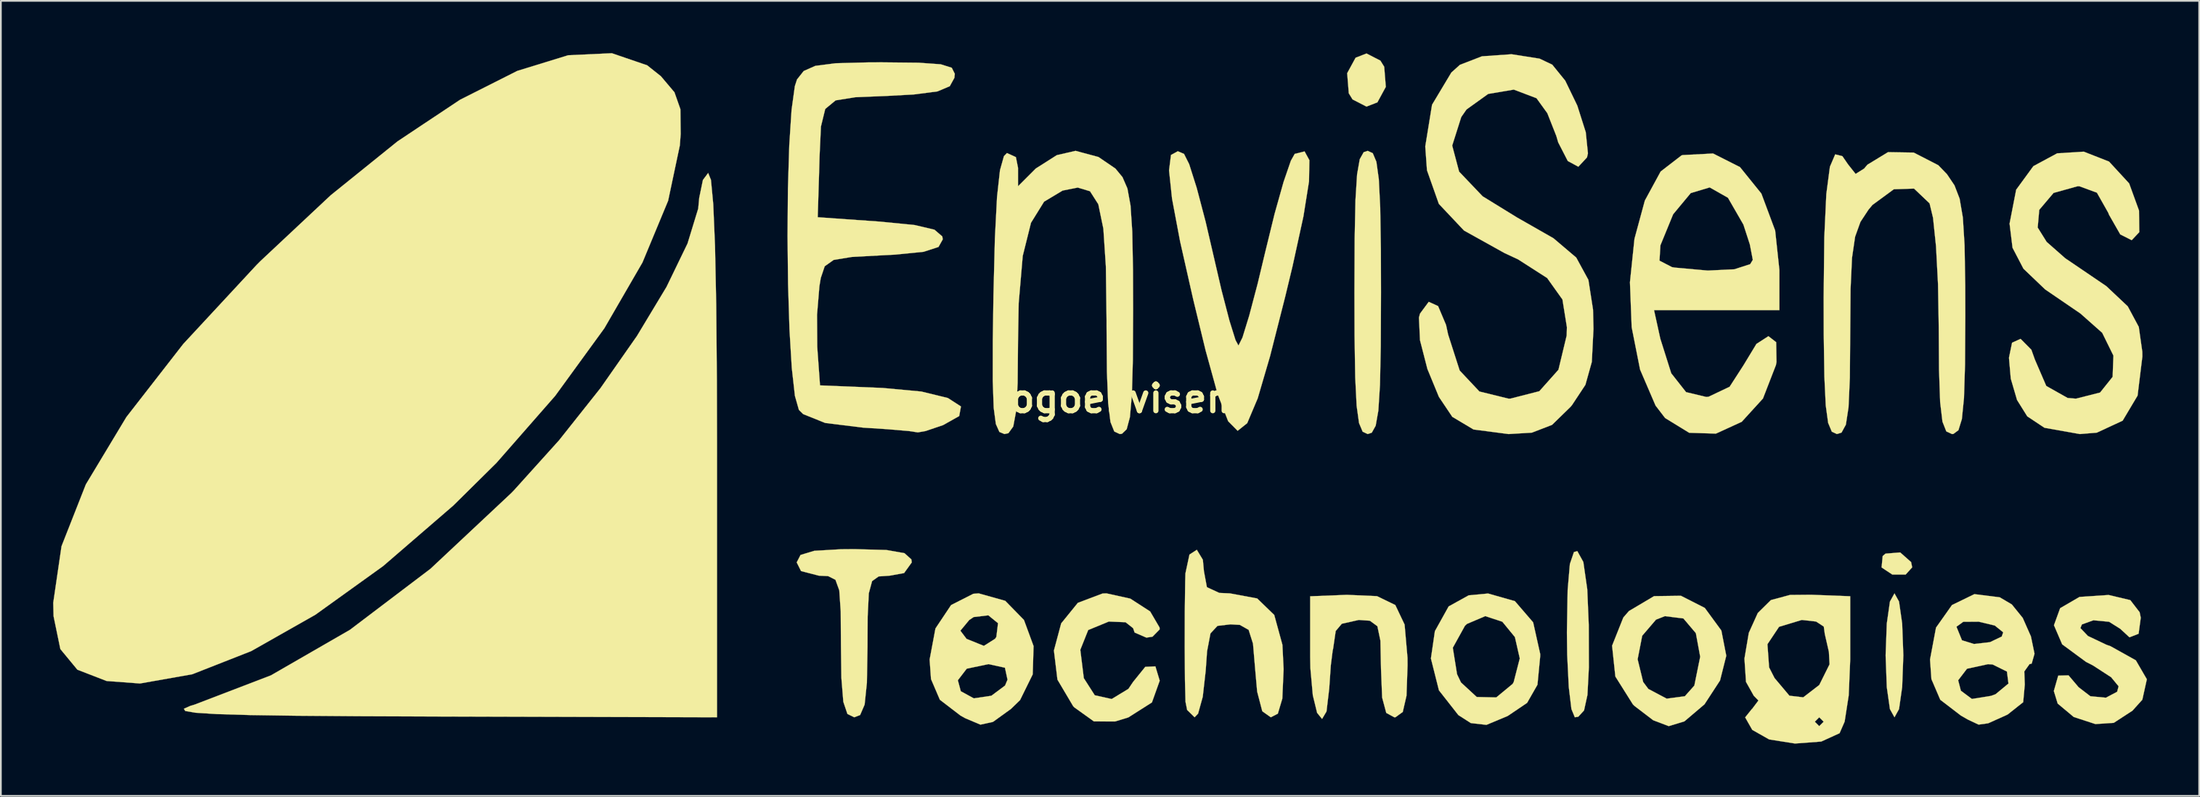
<source format=kicad_pcb>
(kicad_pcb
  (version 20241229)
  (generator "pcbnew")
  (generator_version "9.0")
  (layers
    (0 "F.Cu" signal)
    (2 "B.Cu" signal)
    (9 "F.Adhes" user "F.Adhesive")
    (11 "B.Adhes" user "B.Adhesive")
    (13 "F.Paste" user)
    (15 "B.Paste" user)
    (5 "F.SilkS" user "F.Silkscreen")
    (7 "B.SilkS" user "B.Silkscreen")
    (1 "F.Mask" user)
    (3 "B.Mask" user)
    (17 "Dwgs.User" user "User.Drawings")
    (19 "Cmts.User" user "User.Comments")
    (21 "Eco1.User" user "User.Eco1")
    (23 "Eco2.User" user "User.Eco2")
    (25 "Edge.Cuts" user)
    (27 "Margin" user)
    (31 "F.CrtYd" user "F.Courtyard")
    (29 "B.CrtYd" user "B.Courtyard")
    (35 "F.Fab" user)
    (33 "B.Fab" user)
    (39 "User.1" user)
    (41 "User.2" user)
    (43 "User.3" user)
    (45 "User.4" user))
  (footprint "logoenvisens"
    (layer "F.Cu")
    (at 61.461 19.832)
    (property "Reference" "logoenvisens" (at 0 0 0) (layer "F.SilkS") (effects (font (size 1.524 1.524) (thickness 0.3))))
    (attr through_hole)
    (fp_poly (pts (xy 45.15 9.38) (xy 45.212 9.682) (xy 44.837 10.096) (xy 44.071 10.095) (xy 43.456 9.687) (xy 43.519 9.035) (xy 43.68 8.895) (xy 44.525 8.827) (xy 45.15 9.38)) (stroke (width 0.01) (type solid)) (fill yes) (layer "F.SilkS"))
    (fp_poly (pts (xy 14.698 -19.402) (xy 14.916 -19.05) (xy 15.008 -17.896) (xy 14.525 -17.008) (xy 13.9 -16.764) (xy 13.101 -17.174) (xy 12.884 -17.526) (xy 12.791 -18.68) (xy 13.274 -19.568) (xy 13.9 -19.812) (xy 14.698 -19.402)) (stroke (width 0.01) (type solid)) (fill yes) (layer "F.SilkS"))
    (fp_poly (pts (xy 26.343 9.377) (xy 26.567 10.937) (xy 26.653 12.984) (xy 26.66 15.42) (xy 26.578 17.003) (xy 26.383 17.895) (xy 26.052 18.256) (xy 25.854 18.288) (xy 25.659 17.817) (xy 25.507 16.549) (xy 25.416 14.705) (xy 25.4 13.42) (xy 25.441 10.996) (xy 25.57 9.49) (xy 25.802 8.805) (xy 25.998 8.751) (xy 26.343 9.377)) (stroke (width 0.01) (type solid)) (fill yes) (layer "F.SilkS"))
    (fp_poly (pts (xy 44.457 11.646) (xy 44.637 12.905) (xy 44.704 14.729) (xy 44.704 14.732) (xy 44.637 16.556) (xy 44.457 17.817) (xy 44.196 18.288) (xy 44.196 18.288) (xy 43.935 17.818) (xy 43.755 16.559) (xy 43.688 14.735) (xy 43.688 14.732) (xy 43.755 12.908) (xy 43.935 11.647) (xy 44.196 11.176) (xy 44.196 11.176) (xy 44.457 11.646)) (stroke (width 0.01) (type solid)) (fill yes) (layer "F.SilkS"))
    (fp_poly (pts (xy 14.26 -14.089) (xy 14.468 -13.594) (xy 14.606 -12.601) (xy 14.687 -10.973) (xy 14.725 -8.572) (xy 14.732 -6.096) (xy 14.719 -3.003) (xy 14.673 -0.789) (xy 14.58 0.684) (xy 14.427 1.553) (xy 14.202 1.954) (xy 13.97 2.032) (xy 13.68 1.897) (xy 13.472 1.402) (xy 13.334 0.409) (xy 13.253 -1.219) (xy 13.215 -3.62) (xy 13.208 -6.096) (xy 13.221 -9.189) (xy 13.267 -11.403) (xy 13.36 -12.876) (xy 13.513 -13.745) (xy 13.738 -14.146) (xy 13.97 -14.224) (xy 14.26 -14.089)) (stroke (width 0.01) (type solid)) (fill yes) (layer "F.SilkS"))
    (fp_poly (pts (xy -13.642 8.687) (xy -12.612 8.869) (xy -12.216 9.225) (xy -12.192 9.398) (xy -12.634 10.011) (xy -13.462 10.16) (xy -14.092 10.203) (xy -14.469 10.471) (xy -14.658 11.172) (xy -14.724 12.511) (xy -14.732 14.224) (xy -14.768 16.309) (xy -14.898 17.561) (xy -15.156 18.159) (xy -15.494 18.288) (xy -15.885 18.097) (xy -16.12 17.402) (xy -16.232 16.024) (xy -16.256 14.224) (xy -16.27 12.208) (xy -16.353 11.002) (xy -16.572 10.396) (xy -16.991 10.185) (xy -17.526 10.16) (xy -18.547 9.895) (xy -18.796 9.398) (xy -18.576 8.971) (xy -17.788 8.733) (xy -16.243 8.642) (xy -15.494 8.636) (xy -13.642 8.687)) (stroke (width 0.01) (type solid)) (fill yes) (layer "F.SilkS"))
    (fp_poly (pts (xy -23.715 -12.557) (xy -23.584 -11.157) (xy -23.483 -8.766) (xy -23.414 -5.397) (xy -23.376 -1.062) (xy -23.368 2.51) (xy -23.368 18.288) (xy -39.497 18.243) (xy -43.96 18.226) (xy -47.488 18.2) (xy -50.163 18.161) (xy -52.066 18.105) (xy -53.279 18.029) (xy -53.883 17.927) (xy -53.959 17.797) (xy -53.59 17.634) (xy -53.34 17.559) (xy -48.965 15.882) (xy -44.431 13.268) (xy -39.811 9.766) (xy -35.183 5.428) (xy -35.014 5.254) (xy -32.437 2.396) (xy -30.054 -0.606) (xy -27.963 -3.596) (xy -26.265 -6.416) (xy -25.059 -8.907) (xy -24.446 -10.912) (xy -24.389 -11.527) (xy -24.177 -12.552) (xy -23.876 -12.954) (xy -23.715 -12.557)) (stroke (width 0.01) (type solid)) (fill yes) (layer "F.SilkS"))
    (fp_poly (pts (xy 14.501 11.335) (xy 15.553 11.845) (xy 16.086 12.966) (xy 16.253 14.878) (xy 16.256 15.302) (xy 16.195 17.051) (xy 15.981 17.982) (xy 15.563 18.285) (xy 15.494 18.288) (xy 15.034 18.037) (xy 14.798 17.157) (xy 14.732 15.494) (xy 14.699 13.894) (xy 14.525 13.061) (xy 14.096 12.746) (xy 13.462 12.7) (xy 12.484 12.919) (xy 12.133 13.335) (xy 11.987 14.336) (xy 11.957 14.478) (xy 11.852 15.309) (xy 11.763 16.607) (xy 11.761 16.637) (xy 11.605 17.954) (xy 11.351 18.383) (xy 11.067 18.035) (xy 10.82 17.026) (xy 10.68 15.467) (xy 10.668 14.815) (xy 10.668 11.343) (xy 12.776 11.26) (xy 14.501 11.335)) (stroke (width 0.01) (type solid)) (fill yes) (layer "F.SilkS"))
    (fp_poly (pts (xy 33.312 12.011) (xy 34.262 13.308) (xy 34.544 14.755) (xy 34.186 16.177) (xy 33.293 17.545) (xy 32.142 18.522) (xy 31.242 18.796) (xy 30.352 18.458) (xy 29.275 17.636) (xy 29.187 17.549) (xy 28.18 15.948) (xy 28.075 14.96) (xy 29.457 14.96) (xy 29.776 16.264) (xy 30.074 16.662) (xy 31.126 17.219) (xy 32.167 17.08) (xy 32.712 16.468) (xy 33.048 14.812) (xy 32.799 13.46) (xy 32.084 12.616) (xy 31.022 12.483) (xy 30.512 12.683) (xy 29.72 13.609) (xy 29.457 14.96) (xy 28.075 14.96) (xy 27.992 14.18) (xy 28.636 12.563) (xy 28.956 12.192) (xy 30.402 11.334) (xy 31.94 11.313) (xy 33.312 12.011)) (stroke (width 0.01) (type solid)) (fill yes) (layer "F.SilkS"))
    (fp_poly (pts (xy 22.415 11.622) (xy 23.462 12.838) (xy 23.867 14.654) (xy 23.868 14.772) (xy 23.71 16.42) (xy 23.115 17.461) (xy 22.004 18.212) (xy 20.782 18.723) (xy 19.888 18.621) (xy 19.17 18.161) (xy 18.057 16.742) (xy 17.596 14.911) (xy 17.686 14.296) (xy 18.852 14.296) (xy 19.096 15.818) (xy 19.322 16.289) (xy 20.225 17.123) (xy 21.345 17.149) (xy 22.286 16.372) (xy 22.346 16.266) (xy 22.695 14.91) (xy 22.416 13.684) (xy 21.695 12.804) (xy 20.716 12.481) (xy 19.663 12.929) (xy 19.549 13.036) (xy 18.852 14.296) (xy 17.686 14.296) (xy 17.824 13.345) (xy 18.614 11.925) (xy 19.765 11.288) (xy 20.876 11.184) (xy 22.415 11.622)) (stroke (width 0.01) (type solid)) (fill yes) (layer "F.SilkS"))
    (fp_poly (pts (xy 0.346 11.477) (xy 1.485 12.213) (xy 2.025 13.134) (xy 2.032 13.244) (xy 1.62 13.663) (xy 1.27 13.716) (xy 0.594 13.424) (xy 0.508 13.174) (xy 0.076 12.833) (xy -0.885 12.793) (xy -2.069 13.28) (xy -2.522 14.415) (xy -2.321 16.042) (xy -1.692 17.025) (xy -0.722 17.24) (xy 0.237 16.658) (xy 0.508 16.256) (xy 1.205 15.394) (xy 1.786 15.365) (xy 2.032 16.179) (xy 2.032 16.194) (xy 1.588 17.436) (xy 0.233 18.296) (xy -0.524 18.528) (xy -1.74 18.526) (xy -2.865 17.72) (xy -2.934 17.647) (xy -3.834 16.127) (xy -4.036 14.455) (xy -3.619 12.898) (xy -2.663 11.719) (xy -1.244 11.184) (xy -1.023 11.176) (xy 0.346 11.477)) (stroke (width 0.01) (type solid)) (fill yes) (layer "F.SilkS"))
    (fp_poly (pts (xy -27.375 -19.133) (xy -26.587 -18.505) (xy -25.81 -17.585) (xy -25.469 -16.616) (xy -25.453 -15.191) (xy -25.501 -14.538) (xy -26.173 -11.361) (xy -27.646 -7.816) (xy -29.834 -4.038) (xy -32.655 -0.16) (xy -36.023 3.685) (xy -38.504 6.138) (xy -42.526 9.608) (xy -46.418 12.405) (xy -50.095 14.489) (xy -53.477 15.818) (xy -56.478 16.348) (xy -58.395 16.205) (xy -60.071 15.556) (xy -61.048 14.372) (xy -61.437 12.488) (xy -61.456 11.714) (xy -60.981 8.47) (xy -59.585 4.922) (xy -57.259 1.056) (xy -53.996 -3.138) (xy -49.789 -7.674) (xy -49.56 -7.904) (xy -45.535 -11.675) (xy -41.7 -14.768) (xy -38.113 -17.156) (xy -34.83 -18.812) (xy -31.908 -19.711) (xy -29.404 -19.827) (xy -27.375 -19.133)) (stroke (width 0.01) (type solid)) (fill yes) (layer "F.SilkS"))
    (fp_poly (pts (xy 4.51 9.247) (xy 4.572 9.906) (xy 4.742 10.821) (xy 5.455 11.15) (xy 6.06 11.176) (xy 7.627 11.467) (xy 8.606 12.415) (xy 9.075 14.127) (xy 9.144 15.53) (xy 9.069 17.221) (xy 8.813 18.08) (xy 8.409 18.288) (xy 7.92 17.942) (xy 7.626 16.813) (xy 7.52 15.621) (xy 7.388 14.064) (xy 7.137 13.27) (xy 6.631 12.985) (xy 6.096 12.954) (xy 5.35 13.041) (xy 4.947 13.473) (xy 4.752 14.5) (xy 4.672 15.621) (xy 4.504 17.111) (xy 4.236 18.079) (xy 4.037 18.288) (xy 3.608 17.867) (xy 3.514 17.399) (xy 3.482 16.12) (xy 3.469 14.258) (xy 3.473 12.243) (xy 3.496 10.508) (xy 3.509 10.033) (xy 3.742 8.947) (xy 4.164 8.675) (xy 4.51 9.247)) (stroke (width 0.01) (type solid)) (fill yes) (layer "F.SilkS"))
    (fp_poly (pts (xy 3.43 -14.048) (xy 3.725 -13.46) (xy 4.158 -12.094) (xy 4.665 -10.169) (xy 5.075 -8.403) (xy 5.579 -6.229) (xy 6.034 -4.48) (xy 6.385 -3.358) (xy 6.554 -3.048) (xy 6.784 -3.511) (xy 7.17 -4.765) (xy 7.656 -6.606) (xy 8.087 -8.405) (xy 8.628 -10.615) (xy 9.141 -12.438) (xy 9.56 -13.657) (xy 9.782 -14.05) (xy 10.347 -14.191) (xy 10.622 -13.688) (xy 10.601 -12.47) (xy 10.281 -10.464) (xy 9.655 -7.599) (xy 9.233 -5.848) (xy 8.366 -2.437) (xy 7.658 -0.02) (xy 7.055 1.407) (xy 6.506 1.844) (xy 5.96 1.293) (xy 5.364 -0.246) (xy 4.668 -2.769) (xy 3.957 -5.698) (xy 3.202 -9.036) (xy 2.742 -11.479) (xy 2.57 -13.104) (xy 2.681 -13.986) (xy 3.072 -14.201) (xy 3.43 -14.048)) (stroke (width 0.01) (type solid)) (fill yes) (layer "F.SilkS"))
    (fp_poly (pts (xy 57.728 11.564) (xy 58.264 12.259) (xy 58.328 12.573) (xy 58.204 13.493) (xy 57.68 13.698) (xy 57.15 13.208) (xy 56.51 12.806) (xy 55.61 12.72) (xy 54.95 12.958) (xy 54.864 13.169) (xy 55.296 13.621) (xy 56.359 14.126) (xy 56.588 14.206) (xy 58.045 15.018) (xy 58.677 16.106) (xy 58.418 17.279) (xy 57.853 17.907) (xy 56.778 18.608) (xy 55.726 18.677) (xy 54.483 18.272) (xy 53.561 17.501) (xy 53.34 16.78) (xy 53.592 15.897) (xy 54.183 15.881) (xy 54.761 16.562) (xy 55.436 17.08) (xy 56.326 17.165) (xy 56.971 16.825) (xy 57.057 16.51) (xy 56.628 15.989) (xy 55.583 15.311) (xy 55.188 15.109) (xy 53.819 14.102) (xy 53.347 13.004) (xy 53.702 12.026) (xy 54.812 11.381) (xy 56.482 11.268) (xy 57.728 11.564)) (stroke (width 0.01) (type solid)) (fill yes) (layer "F.SilkS"))
    (fp_poly (pts (xy -6.83 11.603) (xy -5.755 12.703) (xy -5.204 14.201) (xy -5.253 15.825) (xy -5.979 17.301) (xy -6.502 17.809) (xy -7.534 18.553) (xy -8.253 18.71) (xy -9.127 18.341) (xy -9.398 18.189) (xy -10.58 17.283) (xy -11.06 16.163) (xy -9.549 16.163) (xy -9.38 16.793) (xy -8.635 17.201) (xy -7.625 17.052) (xy -6.841 16.468) (xy -6.699 16.129) (xy -6.847 15.443) (xy -7.776 15.24) (xy -7.807 15.24) (xy -9.038 15.498) (xy -9.549 16.163) (xy -11.06 16.163) (xy -11.089 16.096) (xy -11.168 14.972) (xy -10.858 13.318) (xy -9.404 13.318) (xy -9.052 13.783) (xy -9.041 13.79) (xy -8.055 14.19) (xy -7.411 13.782) (xy -7.339 13.672) (xy -7.244 12.888) (xy -7.8 12.435) (xy -8.644 12.536) (xy -8.893 12.702) (xy -9.404 13.318) (xy -10.858 13.318) (xy -10.833 13.189) (xy -9.936 11.846) (xy -8.663 11.2) (xy -8.353 11.176) (xy -6.83 11.603)) (stroke (width 0.01) (type solid)) (fill yes) (layer "F.SilkS"))
    (fp_poly (pts (xy 41.656 11.341) (xy 41.656 14.967) (xy 41.57 17.028) (xy 41.336 18.538) (xy 41.046 19.202) (xy 39.993 19.681) (xy 38.487 19.794) (xy 37.004 19.559) (xy 36.036 19.011) (xy 35.769 18.542) (xy 39.624 18.542) (xy 39.878 18.796) (xy 40.132 18.542) (xy 39.878 18.288) (xy 39.624 18.542) (xy 35.769 18.542) (xy 35.628 18.293) (xy 36.011 17.815) (xy 36.028 17.805) (xy 36.389 17.325) (xy 36.122 17.052) (xy 35.676 16.256) (xy 35.587 14.92) (xy 35.727 14.094) (xy 36.906 14.094) (xy 37.002 15.426) (xy 37.314 16.036) (xy 38.168 17.05) (xy 38.961 17.143) (xy 39.881 16.434) (xy 40.471 15.246) (xy 40.432 14.529) (xy 40.197 13.503) (xy 40.139 13.081) (xy 39.698 12.793) (xy 38.88 12.7) (xy 37.574 13.094) (xy 36.906 14.094) (xy 35.727 14.094) (xy 35.837 13.443) (xy 36.353 12.302) (xy 37.104 11.561) (xy 38.2 11.266) (xy 39.401 11.255) (xy 41.656 11.341)) (stroke (width 0.01) (type solid)) (fill yes) (layer "F.SilkS"))
    (fp_poly (pts (xy 50.236 11.402) (xy 50.929 11.811) (xy 51.556 12.586) (xy 52.026 13.648) (xy 52.231 14.64) (xy 52.069 15.206) (xy 51.942 15.24) (xy 51.645 15.658) (xy 51.673 16.41) (xy 51.581 17.422) (xy 50.69 18.128) (xy 50.562 18.188) (xy 49.573 18.632) (xy 49.023 18.709) (xy 48.404 18.418) (xy 48.006 18.189) (xy 46.824 17.283) (xy 46.344 16.164) (xy 47.85 16.164) (xy 48.006 16.764) (xy 48.639 17.236) (xy 49.736 17.059) (xy 49.996 16.964) (xy 50.736 16.352) (xy 50.649 15.663) (xy 49.825 15.256) (xy 49.56 15.24) (xy 48.357 15.501) (xy 47.85 16.164) (xy 46.344 16.164) (xy 46.315 16.096) (xy 46.236 14.972) (xy 46.579 13.142) (xy 46.616 13.09) (xy 47.752 13.09) (xy 48.065 13.859) (xy 48.077 13.871) (xy 48.757 14.081) (xy 49.678 13.976) (xy 50.35 13.654) (xy 50.435 13.411) (xy 49.95 13.021) (xy 49.03 12.802) (xy 48.142 12.808) (xy 47.752 13.09) (xy 46.616 13.09) (xy 47.495 11.846) (xy 48.781 11.22) (xy 50.236 11.402)) (stroke (width 0.01) (type solid)) (fill yes) (layer "F.SilkS"))
    (fp_poly (pts (xy 35.332 -13.29) (xy 36.558 -11.771) (xy 37.349 -9.652) (xy 37.592 -7.386) (xy 37.592 -5.08) (xy 30.399 -5.08) (xy 30.758 -3.446) (xy 31.386 -1.457) (xy 32.237 -0.375) (xy 33.397 -0.097) (xy 33.528 -0.109) (xy 34.737 -0.684) (xy 35.525 -1.905) (xy 36.273 -3.14) (xy 36.962 -3.586) (xy 37.407 -3.241) (xy 37.426 -2.103) (xy 37.394 -1.929) (xy 36.649 -0.008) (xy 35.431 1.328) (xy 33.95 2.006) (xy 32.414 1.958) (xy 31.035 1.112) (xy 30.487 0.398) (xy 29.598 -1.67) (xy 29.116 -4.103) (xy 29.017 -6.679) (xy 29.146 -7.921) (xy 30.712 -7.921) (xy 31.429 -7.55) (xy 31.601 -7.521) (xy 33.484 -7.352) (xy 35.006 -7.426) (xy 35.916 -7.719) (xy 36.067 -7.968) (xy 35.897 -8.853) (xy 35.528 -9.99) (xy 34.64 -11.532) (xy 33.593 -12.125) (xy 32.506 -11.8) (xy 31.496 -10.585) (xy 30.765 -8.801) (xy 30.712 -7.921) (xy 29.146 -7.921) (xy 29.277 -9.176) (xy 29.872 -11.37) (xy 30.779 -13.038) (xy 31.972 -13.959) (xy 32.035 -13.98) (xy 33.786 -14.072) (xy 35.332 -13.29)) (stroke (width 0.01) (type solid)) (fill yes) (layer "F.SilkS"))
    (fp_poly (pts (xy 56.507 -13.608) (xy 57.662 -12.354) (xy 58.228 -10.795) (xy 58.242 -9.557) (xy 57.808 -9.096) (xy 57.152 -9.427) (xy 56.5 -10.568) (xy 56.464 -10.668) (xy 55.811 -11.823) (xy 54.811 -12.19) (xy 54.699 -12.192) (xy 53.325 -11.809) (xy 52.503 -10.838) (xy 52.413 -9.821) (xy 52.929 -8.996) (xy 54.002 -8.052) (xy 54.36 -7.811) (xy 56.351 -6.458) (xy 57.581 -5.299) (xy 58.215 -4.117) (xy 58.417 -2.691) (xy 58.42 -2.417) (xy 58.145 -0.174) (xy 57.289 1.263) (xy 55.806 1.951) (xy 54.835 2.032) (xy 52.803 1.671) (xy 51.816 1.016) (xy 51.229 0.077) (xy 50.87 -1.148) (xy 50.765 -2.347) (xy 50.943 -3.212) (xy 51.428 -3.431) (xy 51.435 -3.429) (xy 52.051 -2.807) (xy 52.252 -2.244) (xy 52.906 -0.729) (xy 54.13 -0.04) (xy 54.61 0) (xy 55.994 -0.351) (xy 56.714 -1.252) (xy 56.759 -2.471) (xy 56.116 -3.779) (xy 54.864 -4.889) (xy 52.842 -6.27) (xy 51.597 -7.459) (xy 50.97 -8.661) (xy 50.8 -10.046) (xy 51.179 -11.994) (xy 52.166 -13.346) (xy 53.533 -14.082) (xy 55.056 -14.177) (xy 56.507 -13.608)) (stroke (width 0.01) (type solid)) (fill yes) (layer "F.SilkS"))
    (fp_poly (pts (xy -1.48 -13.871) (xy -0.508 -13.208) (xy -0.101 -12.714) (xy 0.181 -12.066) (xy 0.36 -11.084) (xy 0.459 -9.587) (xy 0.501 -7.395) (xy 0.508 -5.08) (xy 0.493 -2.212) (xy 0.437 -0.213) (xy 0.324 1.06) (xy 0.139 1.755) (xy -0.133 2.016) (xy -0.254 2.032) (xy -0.573 1.884) (xy -0.791 1.34) (xy -0.925 0.249) (xy -0.995 -1.54) (xy -1.016 -4.178) (xy -1.016 -4.51) (xy -1.055 -7.581) (xy -1.199 -9.757) (xy -1.489 -11.159) (xy -1.965 -11.905) (xy -2.668 -12.116) (xy -3.537 -11.944) (xy -4.601 -11.306) (xy -5.352 -10.094) (xy -5.826 -8.192) (xy -6.058 -5.482) (xy -6.096 -3.327) (xy -6.118 -0.891) (xy -6.202 0.695) (xy -6.369 1.597) (xy -6.646 1.981) (xy -6.871 2.032) (xy -7.165 1.911) (xy -7.368 1.455) (xy -7.492 0.523) (xy -7.546 -1.027) (xy -7.544 -3.333) (xy -7.506 -5.927) (xy -7.423 -9.211) (xy -7.301 -11.575) (xy -7.131 -13.113) (xy -6.904 -13.922) (xy -6.731 -14.098) (xy -6.218 -13.864) (xy -6.096 -13.25) (xy -6.096 -12.192) (xy -5.08 -13.208) (xy -3.87 -13.977) (xy -2.794 -14.224) (xy -1.48 -13.871)) (stroke (width 0.01) (type solid)) (fill yes) (layer "F.SilkS"))
    (fp_poly (pts (xy 45.298 -14.125) (xy 46.709 -13.4) (xy 47.207 -12.885) (xy 47.639 -12.243) (xy 47.934 -11.478) (xy 48.119 -10.395) (xy 48.218 -8.8) (xy 48.256 -6.498) (xy 48.26 -4.757) (xy 48.244 -1.964) (xy 48.184 -0.037) (xy 48.063 1.172) (xy 47.866 1.81) (xy 47.574 2.026) (xy 47.498 2.032) (xy 47.17 1.88) (xy 46.949 1.319) (xy 46.816 0.195) (xy 46.752 -1.648) (xy 46.736 -4.097) (xy 46.694 -6.576) (xy 46.579 -8.75) (xy 46.409 -10.379) (xy 46.21 -11.209) (xy 45.318 -12.057) (xy 44.159 -12.02) (xy 42.932 -11.119) (xy 42.709 -10.853) (xy 42.243 -10.147) (xy 41.937 -9.297) (xy 41.759 -8.085) (xy 41.676 -6.291) (xy 41.656 -3.741) (xy 41.635 -1.193) (xy 41.559 0.498) (xy 41.407 1.493) (xy 41.157 1.948) (xy 40.894 2.032) (xy 40.6 1.895) (xy 40.39 1.393) (xy 40.252 0.385) (xy 40.173 -1.268) (xy 40.137 -3.706) (xy 40.132 -5.812) (xy 40.169 -9.259) (xy 40.285 -11.743) (xy 40.491 -13.313) (xy 40.795 -14.022) (xy 41.207 -13.918) (xy 41.536 -13.441) (xy 41.966 -12.9) (xy 42.451 -13.203) (xy 42.645 -13.43) (xy 43.826 -14.149) (xy 45.298 -14.125)) (stroke (width 0.01) (type solid)) (fill yes) (layer "F.SilkS"))
    (fp_poly (pts (xy -11.808 -19.283) (xy -10.531 -19.192) (xy -9.898 -18.993) (xy -9.723 -18.645) (xy -9.747 -18.415) (xy -10.011 -17.935) (xy -10.719 -17.635) (xy -12.081 -17.459) (xy -13.594 -17.377) (xy -15.436 -17.301) (xy -16.563 -17.121) (xy -17.158 -16.629) (xy -17.405 -15.62) (xy -17.485 -13.886) (xy -17.511 -12.954) (xy -17.59 -10.414) (xy -14.002 -10.16) (xy -12.022 -9.965) (xy -10.891 -9.698) (xy -10.441 -9.311) (xy -10.414 -9.144) (xy -10.659 -8.707) (xy -11.513 -8.43) (xy -13.152 -8.266) (xy -13.824 -8.232) (xy -15.636 -8.134) (xy -16.676 -7.963) (xy -17.188 -7.599) (xy -17.414 -6.926) (xy -17.493 -6.454) (xy -17.629 -4.815) (xy -17.617 -2.98) (xy -17.605 -2.794) (xy -17.458 -0.762) (xy -13.854 -0.614) (xy -11.645 -0.409) (xy -10.122 -0.038) (xy -9.37 0.448) (xy -9.472 0.998) (xy -10.392 1.516) (xy -11.396 1.857) (xy -11.844 1.936) (xy -12.358 1.858) (xy -13.598 1.753) (xy -14.986 1.663) (xy -17.16 1.395) (xy -18.425 0.886) (xy -18.669 0.646) (xy -18.898 -0.16) (xy -19.078 -1.771) (xy -19.21 -3.976) (xy -19.291 -6.567) (xy -19.321 -9.332) (xy -19.299 -12.061) (xy -19.222 -14.546) (xy -19.09 -16.575) (xy -18.902 -17.938) (xy -18.778 -18.321) (xy -18.393 -18.807) (xy -17.727 -19.102) (xy -16.557 -19.252) (xy -14.662 -19.302) (xy -13.915 -19.304) (xy -11.808 -19.283)) (stroke (width 0.01) (type solid)) (fill yes) (layer "F.SilkS"))
    (fp_poly (pts (xy 23.83 -19.516) (xy 24.559 -19.17) (xy 25.303 -18.252) (xy 25.995 -16.822) (xy 26.481 -15.295) (xy 26.606 -14.081) (xy 26.552 -13.846) (xy 26.056 -13.313) (xy 25.45 -13.64) (xy 24.901 -14.708) (xy 24.79 -15.084) (xy 24.276 -16.386) (xy 23.655 -17.245) (xy 22.354 -17.739) (xy 20.882 -17.491) (xy 19.639 -16.599) (xy 19.337 -16.164) (xy 18.817 -14.526) (xy 19.214 -13.031) (xy 20.562 -11.616) (xy 22.539 -10.399) (xy 24.628 -9.207) (xy 25.935 -8.098) (xy 26.633 -6.817) (xy 26.899 -5.108) (xy 26.924 -4.006) (xy 26.829 -2.11) (xy 26.461 -0.794) (xy 25.694 0.367) (xy 25.609 0.469) (xy 24.546 1.505) (xy 23.387 1.951) (xy 22.053 2.032) (xy 20.043 1.77) (xy 18.823 1.043) (xy 18.055 -0.101) (xy 17.395 -1.703) (xy 16.97 -3.355) (xy 16.909 -4.65) (xy 16.968 -4.879) (xy 17.471 -5.558) (xy 18.007 -5.314) (xy 18.465 -4.231) (xy 18.583 -3.683) (xy 19.247 -1.615) (xy 20.379 -0.411) (xy 22.046 -0.001) (xy 22.148 0) (xy 23.816 -0.427) (xy 24.914 -1.659) (xy 25.386 -3.622) (xy 25.4 -4.098) (xy 25.144 -5.692) (xy 24.265 -6.925) (xy 22.597 -7.995) (xy 21.825 -8.354) (xy 19.495 -9.65) (xy 18.052 -11.179) (xy 17.37 -13.11) (xy 17.272 -14.478) (xy 17.661 -16.87) (xy 18.768 -18.718) (xy 19.26 -19.161) (xy 20.526 -19.65) (xy 22.221 -19.769) (xy 23.83 -19.516)) (stroke (width 0.01) (type solid)) (fill yes) (layer "F.SilkS")))
  (gr_rect
    (start -3 -3)
    (end 123.142 42.631)
    (stroke (width 0.1) (type default))
    (fill no)
    (layer "Edge.Cuts")))
</source>
